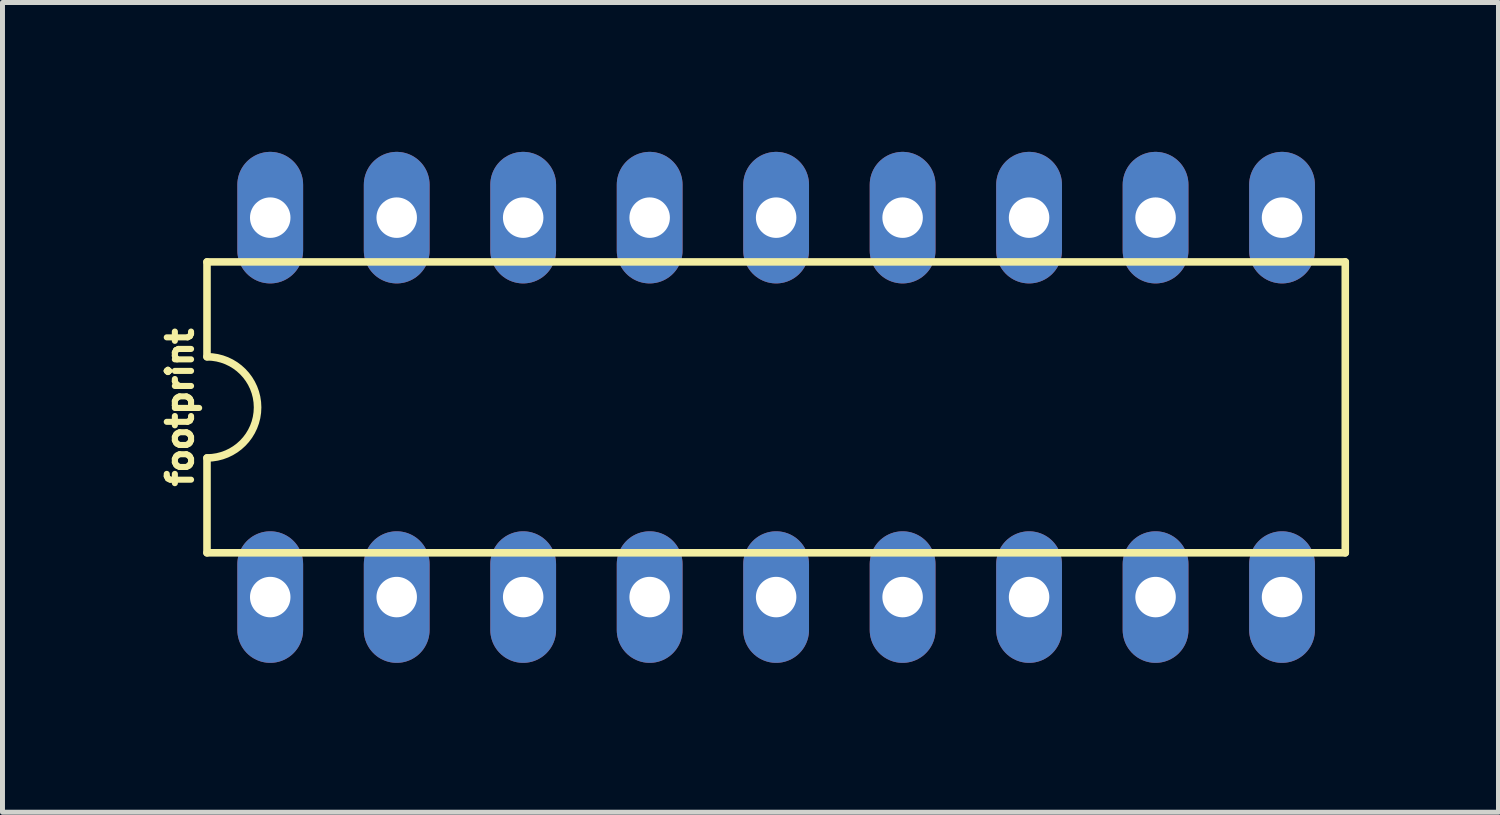
<source format=kicad_pcb>
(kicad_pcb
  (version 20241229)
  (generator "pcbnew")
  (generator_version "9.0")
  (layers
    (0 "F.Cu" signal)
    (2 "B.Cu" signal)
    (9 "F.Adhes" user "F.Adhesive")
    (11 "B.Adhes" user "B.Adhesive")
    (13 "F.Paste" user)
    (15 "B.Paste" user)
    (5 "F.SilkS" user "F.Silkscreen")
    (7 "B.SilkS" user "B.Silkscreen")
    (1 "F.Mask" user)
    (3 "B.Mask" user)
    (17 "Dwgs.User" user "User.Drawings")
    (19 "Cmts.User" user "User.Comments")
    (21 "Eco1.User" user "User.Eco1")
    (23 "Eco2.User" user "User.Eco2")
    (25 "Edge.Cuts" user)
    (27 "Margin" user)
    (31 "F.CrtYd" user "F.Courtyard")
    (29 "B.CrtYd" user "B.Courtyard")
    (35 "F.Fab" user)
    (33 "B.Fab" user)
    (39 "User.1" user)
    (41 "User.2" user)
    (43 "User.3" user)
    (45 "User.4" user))
  (footprint "footprint"
    (layer "F.Cu")
    (at 12.537 5.131)
    (property "Reference" "footprint" (at -11.684 0 90) (layer "F.SilkS") (effects (font (size 0.488 0.488) (thickness 0.122)) (justify bottom)))
    (fp_line (start -11.43 -2.921) (end -11.43 -1.016) (stroke (width 0.152) (type solid)) (layer "F.SilkS"))
    (fp_line (start -11.43 2.921) (end -11.43 1.016) (stroke (width 0.152) (type solid)) (layer "F.SilkS"))
    (fp_line (start -11.43 2.921) (end 11.43 2.921) (stroke (width 0.152) (type solid)) (layer "F.SilkS"))
    (fp_line (start 11.43 -2.921) (end -11.43 -2.921) (stroke (width 0.152) (type solid)) (layer "F.SilkS"))
    (fp_line (start 11.43 -2.921) (end 11.43 2.921) (stroke (width 0.152) (type solid)) (layer "F.SilkS"))
    (fp_arc (start -11.43 -1.016) (mid -10.414 0) (end -11.43 1.016) (stroke (width 0.1524) (type solid)) (layer "F.SilkS"))
    (pad "1" thru_hole oval (at -10.16 3.81 90) (size 2.642 1.321) (drill 0.813) (layers "*.Cu" "*.Mask"))
    (pad "2" thru_hole oval (at -7.62 3.81 90) (size 2.642 1.321) (drill 0.813) (layers "*.Cu" "*.Mask"))
    (pad "3" thru_hole oval (at -5.08 3.81 90) (size 2.642 1.321) (drill 0.813) (layers "*.Cu" "*.Mask"))
    (pad "4" thru_hole oval (at -2.54 3.81 90) (size 2.642 1.321) (drill 0.813) (layers "*.Cu" "*.Mask"))
    (pad "5" thru_hole oval (at 0 3.81 90) (size 2.642 1.321) (drill 0.813) (layers "*.Cu" "*.Mask"))
    (pad "6" thru_hole oval (at 2.54 3.81 90) (size 2.642 1.321) (drill 0.813) (layers "*.Cu" "*.Mask"))
    (pad "7" thru_hole oval (at 5.08 3.81 90) (size 2.642 1.321) (drill 0.813) (layers "*.Cu" "*.Mask"))
    (pad "8" thru_hole oval (at 7.62 3.81 90) (size 2.642 1.321) (drill 0.813) (layers "*.Cu" "*.Mask"))
    (pad "9" thru_hole oval (at 10.16 3.81 90) (size 2.642 1.321) (drill 0.813) (layers "*.Cu" "*.Mask"))
    (pad "10" thru_hole oval (at 10.16 -3.81 90) (size 2.642 1.321) (drill 0.813) (layers "*.Cu" "*.Mask"))
    (pad "11" thru_hole oval (at 7.62 -3.81 90) (size 2.642 1.321) (drill 0.813) (layers "*.Cu" "*.Mask"))
    (pad "12" thru_hole oval (at 5.08 -3.81 90) (size 2.642 1.321) (drill 0.813) (layers "*.Cu" "*.Mask"))
    (pad "13" thru_hole oval (at 2.54 -3.81 90) (size 2.642 1.321) (drill 0.813) (layers "*.Cu" "*.Mask"))
    (pad "14" thru_hole oval (at 0 -3.81 90) (size 2.642 1.321) (drill 0.813) (layers "*.Cu" "*.Mask"))
    (pad "15" thru_hole oval (at -2.54 -3.81 90) (size 2.642 1.321) (drill 0.813) (layers "*.Cu" "*.Mask"))
    (pad "16" thru_hole oval (at -5.08 -3.81 90) (size 2.642 1.321) (drill 0.813) (layers "*.Cu" "*.Mask"))
    (pad "17" thru_hole oval (at -7.62 -3.81 90) (size 2.642 1.321) (drill 0.813) (layers "*.Cu" "*.Mask"))
    (pad "18" thru_hole oval (at -10.16 -3.81 90) (size 2.642 1.321) (drill 0.813) (layers "*.Cu" "*.Mask")))
  (gr_rect
    (start -3 -3)
    (end 27.044 13.262)
    (stroke (width 0.1) (type default))
    (fill no)
    (layer "Edge.Cuts")))
</source>
